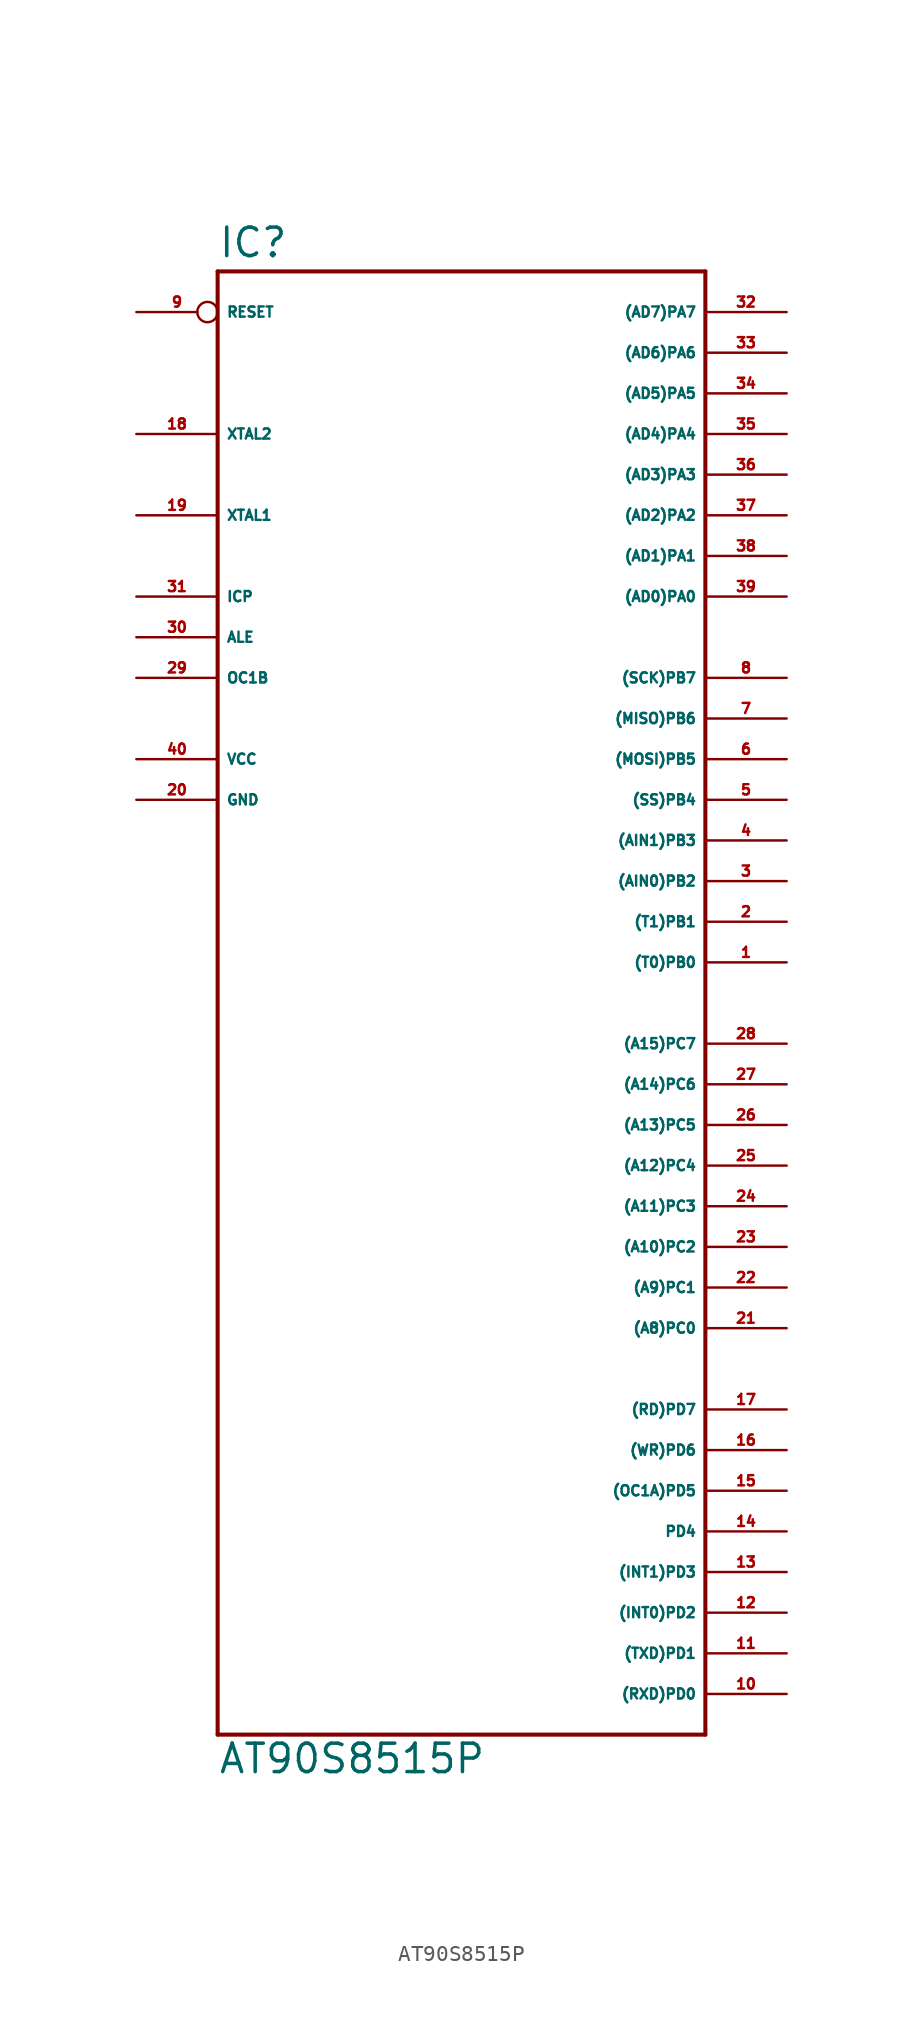
<source format=kicad_sym>
(kicad_symbol_lib
  (version 20220914)
  (generator Eagle2Kicad)
  (symbol "AT90S8515P"
    (property "Reference" "IC"
      (at -15.24 36.322 0)
      (effects (font (size 1.778 1.778) (thickness 0.22)) (justify left bottom)))
    (property "Value" "AT90S8515P"
      (at -15.24 -58.42 0)
      (effects (font (size 1.778 1.778) (thickness 0.22)) (justify left bottom)))
    (polyline
      (pts (xy -15.24 35.56) (xy 15.24 35.56))
      (stroke (width 0.254) (type default))
      (fill (type none)))
    (polyline
      (pts (xy 15.24 35.56) (xy 15.24 -55.88))
      (stroke (width 0.254) (type default))
      (fill (type none)))
    (polyline
      (pts (xy 15.24 -55.88) (xy -15.24 -55.88))
      (stroke (width 0.254) (type default))
      (fill (type none)))
    (polyline
      (pts (xy -15.24 -55.88) (xy -15.24 35.56))
      (stroke (width 0.254) (type default))
      (fill (type none)))
    (pin bidirectional line
      (at 20.32 33.02 180)
      (length 5.08)
      (name "(AD7)PA7" (effects (font (size 0.635 0.635) (thickness 0.08)) (justify left bottom)))
      (number "32" (effects (font (size 0.635 0.635) (thickness 0.08)) (justify left bottom))))
    (pin bidirectional line
      (at 20.32 30.48 180)
      (length 5.08)
      (name "(AD6)PA6" (effects (font (size 0.635 0.635) (thickness 0.08)) (justify left bottom)))
      (number "33" (effects (font (size 0.635 0.635) (thickness 0.08)) (justify left bottom))))
    (pin bidirectional line
      (at 20.32 27.94 180)
      (length 5.08)
      (name "(AD5)PA5" (effects (font (size 0.635 0.635) (thickness 0.08)) (justify left bottom)))
      (number "34" (effects (font (size 0.635 0.635) (thickness 0.08)) (justify left bottom))))
    (pin bidirectional line
      (at 20.32 25.4 180)
      (length 5.08)
      (name "(AD4)PA4" (effects (font (size 0.635 0.635) (thickness 0.08)) (justify left bottom)))
      (number "35" (effects (font (size 0.635 0.635) (thickness 0.08)) (justify left bottom))))
    (pin bidirectional line
      (at 20.32 22.86 180)
      (length 5.08)
      (name "(AD3)PA3" (effects (font (size 0.635 0.635) (thickness 0.08)) (justify left bottom)))
      (number "36" (effects (font (size 0.635 0.635) (thickness 0.08)) (justify left bottom))))
    (pin bidirectional line
      (at 20.32 20.32 180)
      (length 5.08)
      (name "(AD2)PA2" (effects (font (size 0.635 0.635) (thickness 0.08)) (justify left bottom)))
      (number "37" (effects (font (size 0.635 0.635) (thickness 0.08)) (justify left bottom))))
    (pin bidirectional line
      (at 20.32 17.78 180)
      (length 5.08)
      (name "(AD1)PA1" (effects (font (size 0.635 0.635) (thickness 0.08)) (justify left bottom)))
      (number "38" (effects (font (size 0.635 0.635) (thickness 0.08)) (justify left bottom))))
    (pin bidirectional line
      (at 20.32 15.24 180)
      (length 5.08)
      (name "(AD0)PA0" (effects (font (size 0.635 0.635) (thickness 0.08)) (justify left bottom)))
      (number "39" (effects (font (size 0.635 0.635) (thickness 0.08)) (justify left bottom))))
    (pin bidirectional line
      (at 20.32 10.16 180)
      (length 5.08)
      (name "(SCK)PB7" (effects (font (size 0.635 0.635) (thickness 0.08)) (justify left bottom)))
      (number "8" (effects (font (size 0.635 0.635) (thickness 0.08)) (justify left bottom))))
    (pin bidirectional line
      (at 20.32 7.62 180)
      (length 5.08)
      (name "(MISO)PB6" (effects (font (size 0.635 0.635) (thickness 0.08)) (justify left bottom)))
      (number "7" (effects (font (size 0.635 0.635) (thickness 0.08)) (justify left bottom))))
    (pin bidirectional line
      (at 20.32 5.08 180)
      (length 5.08)
      (name "(MOSI)PB5" (effects (font (size 0.635 0.635) (thickness 0.08)) (justify left bottom)))
      (number "6" (effects (font (size 0.635 0.635) (thickness 0.08)) (justify left bottom))))
    (pin bidirectional line
      (at 20.32 2.54 180)
      (length 5.08)
      (name "(SS)PB4" (effects (font (size 0.635 0.635) (thickness 0.08)) (justify left bottom)))
      (number "5" (effects (font (size 0.635 0.635) (thickness 0.08)) (justify left bottom))))
    (pin bidirectional line
      (at 20.32 0 180)
      (length 5.08)
      (name "(AIN1)PB3" (effects (font (size 0.635 0.635) (thickness 0.08)) (justify left bottom)))
      (number "4" (effects (font (size 0.635 0.635) (thickness 0.08)) (justify left bottom))))
    (pin bidirectional line
      (at 20.32 -2.54 180)
      (length 5.08)
      (name "(AIN0)PB2" (effects (font (size 0.635 0.635) (thickness 0.08)) (justify left bottom)))
      (number "3" (effects (font (size 0.635 0.635) (thickness 0.08)) (justify left bottom))))
    (pin bidirectional line
      (at 20.32 -5.08 180)
      (length 5.08)
      (name "(T1)PB1" (effects (font (size 0.635 0.635) (thickness 0.08)) (justify left bottom)))
      (number "2" (effects (font (size 0.635 0.635) (thickness 0.08)) (justify left bottom))))
    (pin bidirectional line
      (at 20.32 -7.62 180)
      (length 5.08)
      (name "(T0)PB0" (effects (font (size 0.635 0.635) (thickness 0.08)) (justify left bottom)))
      (number "1" (effects (font (size 0.635 0.635) (thickness 0.08)) (justify left bottom))))
    (pin bidirectional line
      (at 20.32 -12.7 180)
      (length 5.08)
      (name "(A15)PC7" (effects (font (size 0.635 0.635) (thickness 0.08)) (justify left bottom)))
      (number "28" (effects (font (size 0.635 0.635) (thickness 0.08)) (justify left bottom))))
    (pin bidirectional line
      (at 20.32 -15.24 180)
      (length 5.08)
      (name "(A14)PC6" (effects (font (size 0.635 0.635) (thickness 0.08)) (justify left bottom)))
      (number "27" (effects (font (size 0.635 0.635) (thickness 0.08)) (justify left bottom))))
    (pin bidirectional line
      (at 20.32 -17.78 180)
      (length 5.08)
      (name "(A13)PC5" (effects (font (size 0.635 0.635) (thickness 0.08)) (justify left bottom)))
      (number "26" (effects (font (size 0.635 0.635) (thickness 0.08)) (justify left bottom))))
    (pin bidirectional line
      (at 20.32 -20.32 180)
      (length 5.08)
      (name "(A12)PC4" (effects (font (size 0.635 0.635) (thickness 0.08)) (justify left bottom)))
      (number "25" (effects (font (size 0.635 0.635) (thickness 0.08)) (justify left bottom))))
    (pin bidirectional line
      (at 20.32 -22.86 180)
      (length 5.08)
      (name "(A11)PC3" (effects (font (size 0.635 0.635) (thickness 0.08)) (justify left bottom)))
      (number "24" (effects (font (size 0.635 0.635) (thickness 0.08)) (justify left bottom))))
    (pin bidirectional line
      (at 20.32 -25.4 180)
      (length 5.08)
      (name "(A10)PC2" (effects (font (size 0.635 0.635) (thickness 0.08)) (justify left bottom)))
      (number "23" (effects (font (size 0.635 0.635) (thickness 0.08)) (justify left bottom))))
    (pin bidirectional line
      (at 20.32 -27.94 180)
      (length 5.08)
      (name "(A9)PC1" (effects (font (size 0.635 0.635) (thickness 0.08)) (justify left bottom)))
      (number "22" (effects (font (size 0.635 0.635) (thickness 0.08)) (justify left bottom))))
    (pin bidirectional line
      (at 20.32 -30.48 180)
      (length 5.08)
      (name "(A8)PC0" (effects (font (size 0.635 0.635) (thickness 0.08)) (justify left bottom)))
      (number "21" (effects (font (size 0.635 0.635) (thickness 0.08)) (justify left bottom))))
    (pin bidirectional line
      (at -20.32 10.16 0)
      (length 5.08)
      (name "OC1B" (effects (font (size 0.635 0.635) (thickness 0.08)) (justify left bottom)))
      (number "29" (effects (font (size 0.635 0.635) (thickness 0.08)) (justify left bottom))))
    (pin bidirectional line
      (at -20.32 12.7 0)
      (length 5.08)
      (name "ALE" (effects (font (size 0.635 0.635) (thickness 0.08)) (justify left bottom)))
      (number "30" (effects (font (size 0.635 0.635) (thickness 0.08)) (justify left bottom))))
    (pin bidirectional line
      (at -20.32 15.24 0)
      (length 5.08)
      (name "ICP" (effects (font (size 0.635 0.635) (thickness 0.08)) (justify left bottom)))
      (number "31" (effects (font (size 0.635 0.635) (thickness 0.08)) (justify left bottom))))
    (pin bidirectional line
      (at -20.32 20.32 0)
      (length 5.08)
      (name "XTAL1" (effects (font (size 0.635 0.635) (thickness 0.08)) (justify left bottom)))
      (number "19" (effects (font (size 0.635 0.635) (thickness 0.08)) (justify left bottom))))
    (pin bidirectional line
      (at -20.32 25.4 0)
      (length 5.08)
      (name "XTAL2" (effects (font (size 0.635 0.635) (thickness 0.08)) (justify left bottom)))
      (number "18" (effects (font (size 0.635 0.635) (thickness 0.08)) (justify left bottom))))
    (pin unspecified line
      (at -20.32 5.08 0)
      (length 5.08)
      (name "VCC" (effects (font (size 0.635 0.635) (thickness 0.08)) (justify left bottom)))
      (number "40" (effects (font (size 0.635 0.635) (thickness 0.08)) (justify left bottom))))
    (pin unspecified line
      (at -20.32 2.54 0)
      (length 5.08)
      (name "GND" (effects (font (size 0.635 0.635) (thickness 0.08)) (justify left bottom)))
      (number "20" (effects (font (size 0.635 0.635) (thickness 0.08)) (justify left bottom))))
    (pin input inverted
      (at -20.32 33.02 0)
      (length 5.08)
      (name "RESET" (effects (font (size 0.635 0.635) (thickness 0.08)) (justify left bottom)))
      (number "9" (effects (font (size 0.635 0.635) (thickness 0.08)) (justify left bottom))))
    (pin bidirectional line
      (at 20.32 -53.34 180)
      (length 5.08)
      (name "(RXD)PD0" (effects (font (size 0.635 0.635) (thickness 0.08)) (justify left bottom)))
      (number "10" (effects (font (size 0.635 0.635) (thickness 0.08)) (justify left bottom))))
    (pin bidirectional line
      (at 20.32 -50.8 180)
      (length 5.08)
      (name "(TXD)PD1" (effects (font (size 0.635 0.635) (thickness 0.08)) (justify left bottom)))
      (number "11" (effects (font (size 0.635 0.635) (thickness 0.08)) (justify left bottom))))
    (pin bidirectional line
      (at 20.32 -48.26 180)
      (length 5.08)
      (name "(INT0)PD2" (effects (font (size 0.635 0.635) (thickness 0.08)) (justify left bottom)))
      (number "12" (effects (font (size 0.635 0.635) (thickness 0.08)) (justify left bottom))))
    (pin bidirectional line
      (at 20.32 -45.72 180)
      (length 5.08)
      (name "(INT1)PD3" (effects (font (size 0.635 0.635) (thickness 0.08)) (justify left bottom)))
      (number "13" (effects (font (size 0.635 0.635) (thickness 0.08)) (justify left bottom))))
    (pin bidirectional line
      (at 20.32 -43.18 180)
      (length 5.08)
      (name "PD4" (effects (font (size 0.635 0.635) (thickness 0.08)) (justify left bottom)))
      (number "14" (effects (font (size 0.635 0.635) (thickness 0.08)) (justify left bottom))))
    (pin bidirectional line
      (at 20.32 -40.64 180)
      (length 5.08)
      (name "(OC1A)PD5" (effects (font (size 0.635 0.635) (thickness 0.08)) (justify left bottom)))
      (number "15" (effects (font (size 0.635 0.635) (thickness 0.08)) (justify left bottom))))
    (pin bidirectional line
      (at 20.32 -38.1 180)
      (length 5.08)
      (name "(WR)PD6" (effects (font (size 0.635 0.635) (thickness 0.08)) (justify left bottom)))
      (number "16" (effects (font (size 0.635 0.635) (thickness 0.08)) (justify left bottom))))
    (pin bidirectional line
      (at 20.32 -35.56 180)
      (length 5.08)
      (name "(RD)PD7" (effects (font (size 0.635 0.635) (thickness 0.08)) (justify left bottom)))
      (number "17" (effects (font (size 0.635 0.635) (thickness 0.08)) (justify left bottom))))))
</source>
